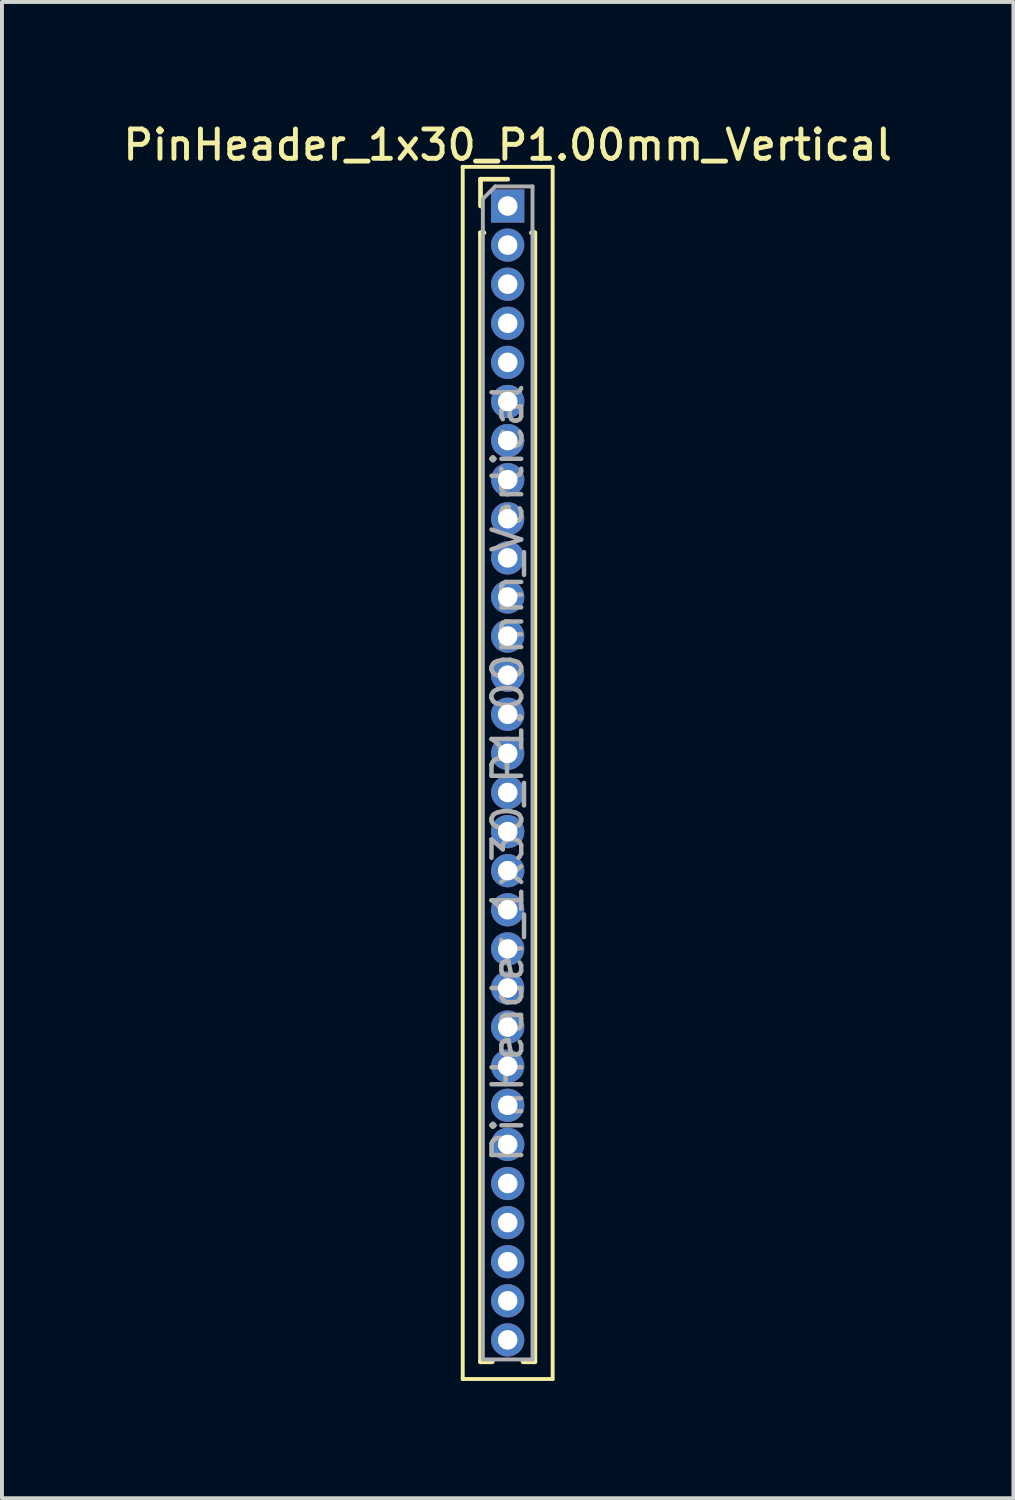
<source format=kicad_pcb>
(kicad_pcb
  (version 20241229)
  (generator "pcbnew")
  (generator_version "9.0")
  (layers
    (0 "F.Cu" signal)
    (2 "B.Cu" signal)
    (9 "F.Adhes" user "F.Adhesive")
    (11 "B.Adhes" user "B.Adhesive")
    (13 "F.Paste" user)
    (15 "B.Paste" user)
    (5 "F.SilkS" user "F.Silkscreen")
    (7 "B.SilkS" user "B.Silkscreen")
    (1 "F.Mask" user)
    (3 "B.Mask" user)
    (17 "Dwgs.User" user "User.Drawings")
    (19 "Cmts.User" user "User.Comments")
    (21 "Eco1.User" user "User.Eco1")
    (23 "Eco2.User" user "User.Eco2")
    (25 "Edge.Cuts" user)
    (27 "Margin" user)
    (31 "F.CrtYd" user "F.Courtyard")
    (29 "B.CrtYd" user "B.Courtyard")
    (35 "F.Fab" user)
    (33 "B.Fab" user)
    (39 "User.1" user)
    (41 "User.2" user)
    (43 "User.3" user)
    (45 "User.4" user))
  (footprint "PinHeader_1x30_P1.00mm_Vertical"
    (layer "F.Cu")
    (at 9.934 2.218)
    (property "Reference" "PinHeader_1x30_P1.00mm_Vertical" (at 0 -1.56 0) (layer "F.SilkS") (effects (font (size 0.75 0.75) (thickness 0.125))))
    (attr through_hole)
    (fp_line (start -1.15 -1) (end -1.15 30) (stroke (width 0.1) (type solid)) (layer "F.SilkS"))
    (fp_line (start -1.15 30) (end 1.15 30) (stroke (width 0.1) (type solid)) (layer "F.SilkS"))
    (fp_line (start -0.695 -0.685) (end 0 -0.685) (stroke (width 0.12) (type solid)) (layer "F.SilkS"))
    (fp_line (start -0.695 0) (end -0.695 -0.685) (stroke (width 0.12) (type solid)) (layer "F.SilkS"))
    (fp_line (start -0.695 0.685) (end -0.695 29.56) (stroke (width 0.12) (type solid)) (layer "F.SilkS"))
    (fp_line (start -0.695 0.685) (end -0.608 0.685) (stroke (width 0.12) (type solid)) (layer "F.SilkS"))
    (fp_line (start -0.695 29.56) (end -0.394 29.56) (stroke (width 0.12) (type solid)) (layer "F.SilkS"))
    (fp_line (start 0.394 29.56) (end 0.695 29.56) (stroke (width 0.12) (type solid)) (layer "F.SilkS"))
    (fp_line (start 0.608 0.685) (end 0.695 0.685) (stroke (width 0.12) (type solid)) (layer "F.SilkS"))
    (fp_line (start 0.695 0.685) (end 0.695 29.56) (stroke (width 0.12) (type solid)) (layer "F.SilkS"))
    (fp_line (start 1.15 -1) (end -1.15 -1) (stroke (width 0.1) (type solid)) (layer "F.SilkS"))
    (fp_line (start 1.15 30) (end 1.15 -1) (stroke (width 0.1) (type solid)) (layer "F.SilkS"))
    (fp_line (start -0.635 -0.182) (end -0.318 -0.5) (stroke (width 0.1) (type solid)) (layer "F.Fab"))
    (fp_line (start -0.635 29.5) (end -0.635 -0.182) (stroke (width 0.1) (type solid)) (layer "F.Fab"))
    (fp_line (start -0.318 -0.5) (end 0.635 -0.5) (stroke (width 0.1) (type solid)) (layer "F.Fab"))
    (fp_line (start 0.635 -0.5) (end 0.635 29.5) (stroke (width 0.1) (type solid)) (layer "F.Fab"))
    (fp_line (start 0.635 29.5) (end -0.635 29.5) (stroke (width 0.1) (type solid)) (layer "F.Fab"))
    (fp_text user "${REFERENCE}" (at 0 14.5 90) (layer "F.Fab") (effects (font (size 0.76 0.76) (thickness 0.114))))
    (pad "1" thru_hole rect (at 0 0) (size 0.85 0.85) (drill 0.5) (layers "*.Cu" "*.Mask"))
    (pad "2" thru_hole oval (at 0 1) (size 0.85 0.85) (drill 0.5) (layers "*.Cu" "*.Mask"))
    (pad "3" thru_hole oval (at 0 2) (size 0.85 0.85) (drill 0.5) (layers "*.Cu" "*.Mask"))
    (pad "4" thru_hole oval (at 0 3) (size 0.85 0.85) (drill 0.5) (layers "*.Cu" "*.Mask"))
    (pad "5" thru_hole oval (at 0 4) (size 0.85 0.85) (drill 0.5) (layers "*.Cu" "*.Mask"))
    (pad "6" thru_hole oval (at 0 5) (size 0.85 0.85) (drill 0.5) (layers "*.Cu" "*.Mask"))
    (pad "7" thru_hole oval (at 0 6) (size 0.85 0.85) (drill 0.5) (layers "*.Cu" "*.Mask"))
    (pad "8" thru_hole oval (at 0 7) (size 0.85 0.85) (drill 0.5) (layers "*.Cu" "*.Mask"))
    (pad "9" thru_hole oval (at 0 8) (size 0.85 0.85) (drill 0.5) (layers "*.Cu" "*.Mask"))
    (pad "10" thru_hole oval (at 0 9) (size 0.85 0.85) (drill 0.5) (layers "*.Cu" "*.Mask"))
    (pad "11" thru_hole oval (at 0 10) (size 0.85 0.85) (drill 0.5) (layers "*.Cu" "*.Mask"))
    (pad "12" thru_hole oval (at 0 11) (size 0.85 0.85) (drill 0.5) (layers "*.Cu" "*.Mask"))
    (pad "13" thru_hole oval (at 0 12) (size 0.85 0.85) (drill 0.5) (layers "*.Cu" "*.Mask"))
    (pad "14" thru_hole oval (at 0 13) (size 0.85 0.85) (drill 0.5) (layers "*.Cu" "*.Mask"))
    (pad "15" thru_hole oval (at 0 14) (size 0.85 0.85) (drill 0.5) (layers "*.Cu" "*.Mask"))
    (pad "16" thru_hole oval (at 0 15) (size 0.85 0.85) (drill 0.5) (layers "*.Cu" "*.Mask"))
    (pad "17" thru_hole oval (at 0 16) (size 0.85 0.85) (drill 0.5) (layers "*.Cu" "*.Mask"))
    (pad "18" thru_hole oval (at 0 17) (size 0.85 0.85) (drill 0.5) (layers "*.Cu" "*.Mask"))
    (pad "19" thru_hole oval (at 0 18) (size 0.85 0.85) (drill 0.5) (layers "*.Cu" "*.Mask"))
    (pad "20" thru_hole oval (at 0 19) (size 0.85 0.85) (drill 0.5) (layers "*.Cu" "*.Mask"))
    (pad "21" thru_hole oval (at 0 20) (size 0.85 0.85) (drill 0.5) (layers "*.Cu" "*.Mask"))
    (pad "22" thru_hole oval (at 0 21) (size 0.85 0.85) (drill 0.5) (layers "*.Cu" "*.Mask"))
    (pad "23" thru_hole oval (at 0 22) (size 0.85 0.85) (drill 0.5) (layers "*.Cu" "*.Mask"))
    (pad "24" thru_hole oval (at 0 23) (size 0.85 0.85) (drill 0.5) (layers "*.Cu" "*.Mask"))
    (pad "25" thru_hole oval (at 0 24) (size 0.85 0.85) (drill 0.5) (layers "*.Cu" "*.Mask"))
    (pad "26" thru_hole oval (at 0 25) (size 0.85 0.85) (drill 0.5) (layers "*.Cu" "*.Mask"))
    (pad "27" thru_hole oval (at 0 26) (size 0.85 0.85) (drill 0.5) (layers "*.Cu" "*.Mask"))
    (pad "28" thru_hole oval (at 0 27) (size 0.85 0.85) (drill 0.5) (layers "*.Cu" "*.Mask"))
    (pad "29" thru_hole oval (at 0 28) (size 0.85 0.85) (drill 0.5) (layers "*.Cu" "*.Mask"))
    (pad "30" thru_hole oval (at 0 29) (size 0.85 0.85) (drill 0.5) (layers "*.Cu" "*.Mask")))
  (gr_rect
    (start -3 -3)
    (end 22.868 35.268)
    (stroke (width 0.1) (type default))
    (fill no)
    (layer "Edge.Cuts")))
</source>
